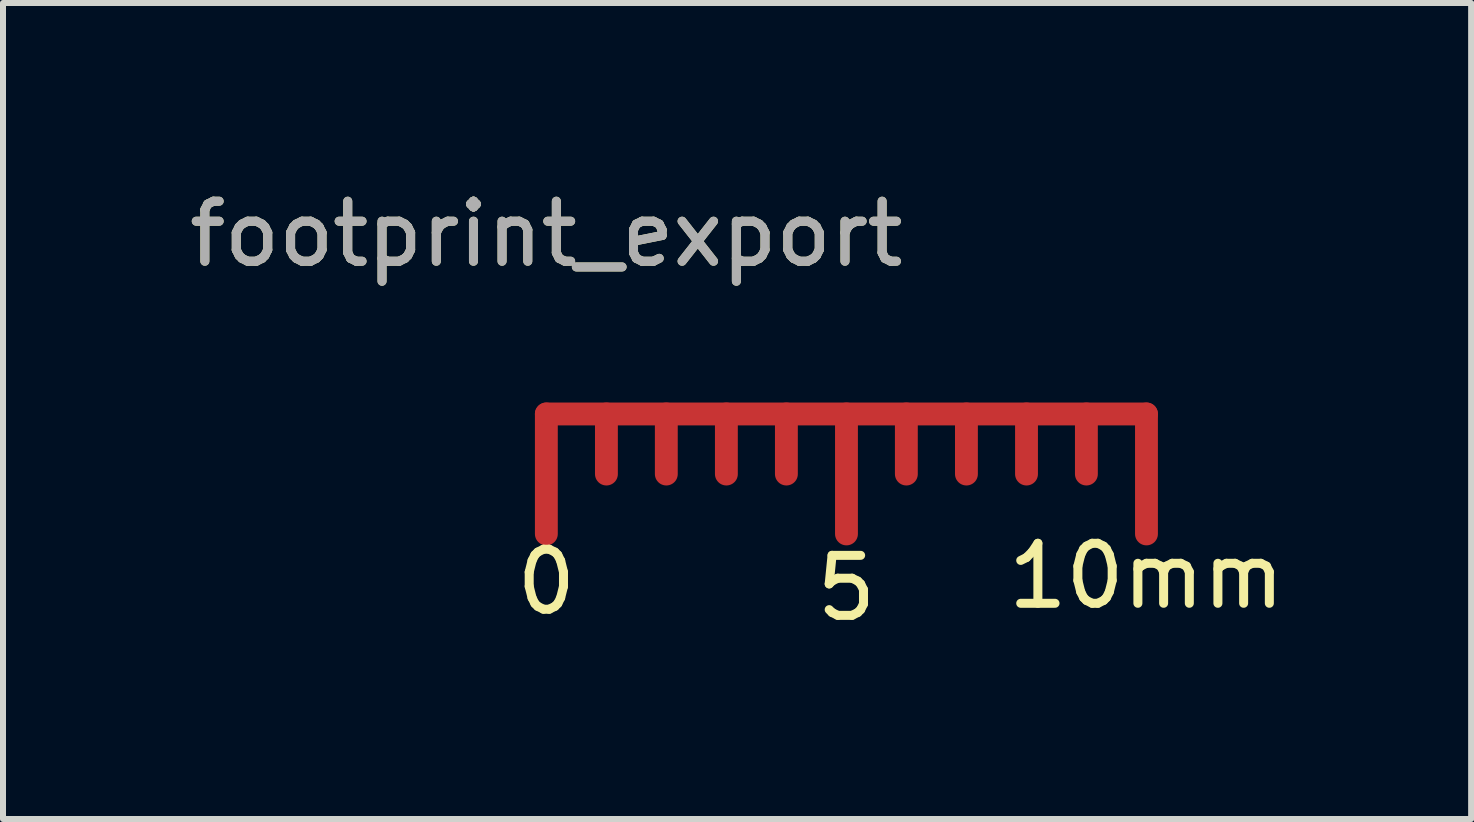
<source format=kicad_pcb>
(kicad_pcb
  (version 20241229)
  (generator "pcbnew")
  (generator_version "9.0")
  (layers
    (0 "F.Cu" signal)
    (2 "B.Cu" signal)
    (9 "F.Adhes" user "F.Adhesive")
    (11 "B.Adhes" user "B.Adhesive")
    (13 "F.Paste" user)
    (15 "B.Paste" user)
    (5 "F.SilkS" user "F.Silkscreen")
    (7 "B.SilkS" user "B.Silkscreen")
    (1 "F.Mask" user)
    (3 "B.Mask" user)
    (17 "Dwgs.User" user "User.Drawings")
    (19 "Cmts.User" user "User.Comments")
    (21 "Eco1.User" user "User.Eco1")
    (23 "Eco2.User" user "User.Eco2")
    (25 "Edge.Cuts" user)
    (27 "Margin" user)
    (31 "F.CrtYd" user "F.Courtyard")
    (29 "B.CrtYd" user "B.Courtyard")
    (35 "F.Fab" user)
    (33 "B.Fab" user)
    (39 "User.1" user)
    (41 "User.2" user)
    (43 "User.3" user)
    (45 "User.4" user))
  (footprint "footprint_export"
    (layer "F.Cu")
    (at 6.054 3.848)
    (property "Reference" "footprint_export" (at 0 -3 0) (layer "F.SilkS") (effects (font (size 1 1) (thickness 0.15))))
    (attr exclude_from_pos_files exclude_from_bom)
    (fp_line (start 0 0) (end 0 1.999) (stroke (width 0.381) (type solid)) (layer "F.Cu"))
    (fp_line (start 0 0) (end 10 0) (stroke (width 0.381) (type solid)) (layer "F.Cu"))
    (fp_line (start 1.001 0) (end 1.001 1.001) (stroke (width 0.381) (type solid)) (layer "F.Cu"))
    (fp_line (start 1.999 0) (end 1.999 1.001) (stroke (width 0.381) (type solid)) (layer "F.Cu"))
    (fp_line (start 3 0) (end 3 1.001) (stroke (width 0.381) (type solid)) (layer "F.Cu"))
    (fp_line (start 4 0) (end 4 1.001) (stroke (width 0.381) (type solid)) (layer "F.Cu"))
    (fp_line (start 5.001 0) (end 5.001 1.999) (stroke (width 0.381) (type solid)) (layer "F.Cu"))
    (fp_line (start 5.999 0) (end 5.999 1.001) (stroke (width 0.381) (type solid)) (layer "F.Cu"))
    (fp_line (start 7 0) (end 7 1.001) (stroke (width 0.381) (type solid)) (layer "F.Cu"))
    (fp_line (start 8.001 0) (end 8.001 1.001) (stroke (width 0.381) (type solid)) (layer "F.Cu"))
    (fp_line (start 8.999 0) (end 8.999 1.001) (stroke (width 0.381) (type solid)) (layer "F.Cu"))
    (fp_line (start 10 0) (end 10 1.999) (stroke (width 0.381) (type solid)) (layer "F.Cu"))
    (fp_text user "0" (at 0 2.799 0) (layer "F.SilkS") (effects (font (size 1 1) (thickness 0.15))))
    (fp_text user "5" (at 4.999 2.901 0) (layer "F.SilkS") (effects (font (size 1 1) (thickness 0.15))))
    (fp_text user "10mm" (at 10 2.7 0) (layer "F.SilkS") (effects (font (size 1 1) (thickness 0.15))))
    (fp_text user "${REFERENCE}" (at 0 -3 0) (layer "F.Fab") (effects (font (size 1 1) (thickness 0.15)))))
  (gr_rect
    (start -3 -3)
    (end 21.464 10.597)
    (stroke (width 0.1) (type default))
    (fill no)
    (layer "Edge.Cuts")))
</source>
